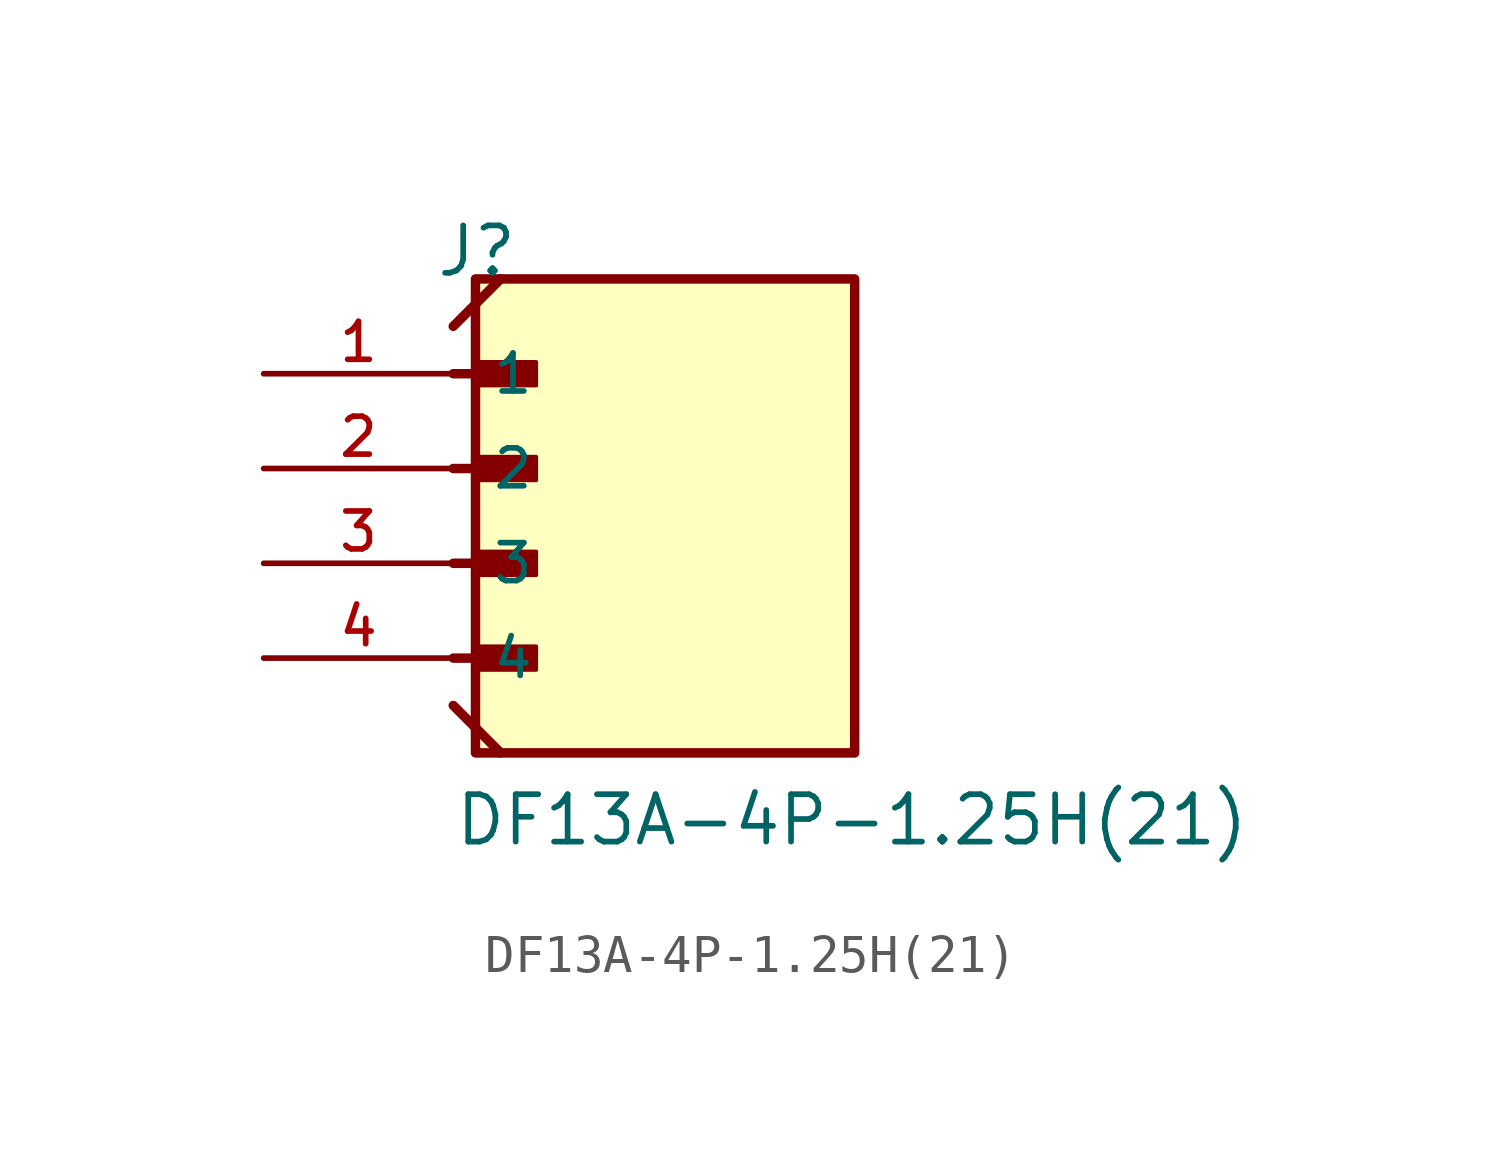
<source format=kicad_sym>
(kicad_symbol_lib
  (version 20211014)
  (generator kicad_symbol_editor)
  (symbol "DF13A-4P-1.25H(21)"
    (pin_names
      (offset 1.016))
    (property "Reference" "J"
      (at -5.58 7.62 0)
      (effects (font (size 1.27 1.27)) (justify bottom left)))
    (property "Value" "DF13A-4P-1.25H(21)"
      (at -5.08 -7.62 0)
      (effects (font (size 1.27 1.27)) (justify bottom left)))
    (symbol "DF13A-4P-1.25H(21)_0_0"
      (polyline (pts (xy -5.08 5.08) (xy -3.175 5.08)) (stroke (width 0.254)))
      (rectangle (start -4.445 4.763) (end -2.857 5.397) (stroke (width 0.1)) (fill (type outline)))
      (polyline (pts (xy -5.08 2.54) (xy -3.175 2.54)) (stroke (width 0.254)))
      (rectangle (start -4.445 2.223) (end -2.857 2.857) (stroke (width 0.1)) (fill (type outline)))
      (polyline (pts (xy -5.08 0.0) (xy -3.175 0.0)) (stroke (width 0.254)))
      (rectangle (start -4.445 -0.318) (end -2.857 0.318) (stroke (width 0.1)) (fill (type outline)))
      (polyline (pts (xy -5.08 -2.54) (xy -3.175 -2.54)) (stroke (width 0.254)))
      (rectangle (start -4.445 -2.857) (end -2.857 -2.223) (stroke (width 0.1)) (fill (type outline)))
      (polyline (pts (xy -5.08 -3.81) (xy -3.81 -5.08)) (stroke (width 0.254)))
      (polyline (pts (xy -5.08 6.35) (xy -3.81 7.62)) (stroke (width 0.254)))
      (rectangle (start -4.485 -5.08) (end 5.675 7.62) (stroke (width 0.254)) (fill (type background)))
      (pin passive line (at -10.16 5.08 0) (length 5.08) (name "1" (effects (font (size 1.016 1.016)))) (number "1" (effects (font (size 1.016 1.016)))))
      (pin passive line (at -10.16 2.54 0) (length 5.08) (name "2" (effects (font (size 1.016 1.016)))) (number "2" (effects (font (size 1.016 1.016)))))
      (pin passive line (at -10.16 0.0 0) (length 5.08) (name "3" (effects (font (size 1.016 1.016)))) (number "3" (effects (font (size 1.016 1.016)))))
      (pin passive line (at -10.16 -2.54 0) (length 5.08) (name "4" (effects (font (size 1.016 1.016)))) (number "4" (effects (font (size 1.016 1.016))))))))
</source>
